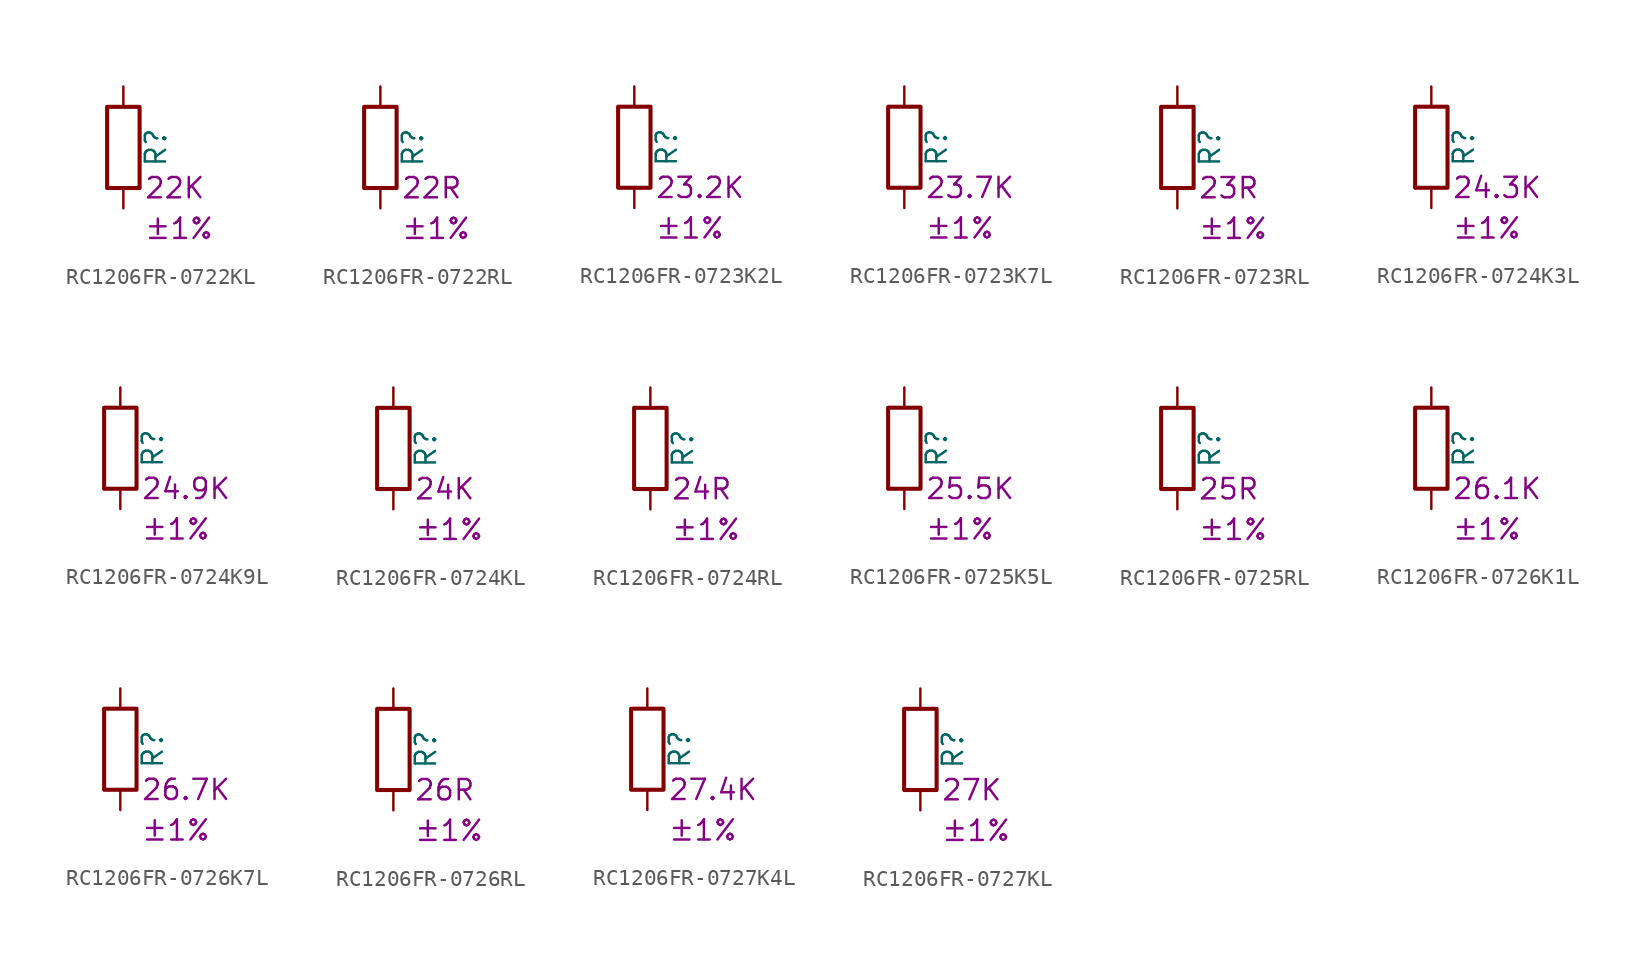
<source format=kicad_sym>
(kicad_symbol_lib
  (version 20220914)
  (generator kicad_symbol_editor)
  (symbol "RC1206FR-0722KL"
    (pin_numbers hide)
    (pin_names
      (offset 0))
    (property "Reference" "R"
      (at 2.032 0 90)
      (effects (font (size 1.27 1.27))))
    (property "Resistance" "22K"
      (at 1.27 -2.54 0)
      (effects (font (size 1.27 1.27)) (justify left)))
    (property "Tolerance" "±1%"
      (at 1.27 -5.08 0)
      (effects (font (size 1.27 1.27)) (justify left)))
    (symbol "RC1206FR-0722KL_0_1"
      (rectangle (start -1.016 -2.54) (end 1.016 2.54) (stroke (width 0.254) (type default)) (fill (type none))))
    (symbol "RC1206FR-0722KL_1_1"
      (pin passive line (at 0 3.81 270) (length 1.27) (name "~" (effects (font (size 1.27 1.27)))) (number "1" (effects (font (size 1.27 1.27)))))
      (pin passive line (at 0 -3.81 90) (length 1.27) (name "~" (effects (font (size 1.27 1.27)))) (number "2" (effects (font (size 1.27 1.27)))))))
  (symbol "RC1206FR-0722RL"
    (pin_numbers hide)
    (pin_names
      (offset 0))
    (property "Reference" "R"
      (at 2.032 0 90)
      (effects (font (size 1.27 1.27))))
    (property "Resistance" "22R"
      (at 1.27 -2.54 0)
      (effects (font (size 1.27 1.27)) (justify left)))
    (property "Tolerance" "±1%"
      (at 1.27 -5.08 0)
      (effects (font (size 1.27 1.27)) (justify left)))
    (symbol "RC1206FR-0722RL_0_1"
      (rectangle (start -1.016 -2.54) (end 1.016 2.54) (stroke (width 0.254) (type default)) (fill (type none))))
    (symbol "RC1206FR-0722RL_1_1"
      (pin passive line (at 0 3.81 270) (length 1.27) (name "~" (effects (font (size 1.27 1.27)))) (number "1" (effects (font (size 1.27 1.27)))))
      (pin passive line (at 0 -3.81 90) (length 1.27) (name "~" (effects (font (size 1.27 1.27)))) (number "2" (effects (font (size 1.27 1.27)))))))
  (symbol "RC1206FR-0723K2L"
    (pin_numbers hide)
    (pin_names
      (offset 0))
    (property "Reference" "R"
      (at 2.032 0 90)
      (effects (font (size 1.27 1.27))))
    (property "Resistance" "23.2K"
      (at 1.27 -2.54 0)
      (effects (font (size 1.27 1.27)) (justify left)))
    (property "Tolerance" "±1%"
      (at 1.27 -5.08 0)
      (effects (font (size 1.27 1.27)) (justify left)))
    (symbol "RC1206FR-0723K2L_0_1"
      (rectangle (start -1.016 -2.54) (end 1.016 2.54) (stroke (width 0.254) (type default)) (fill (type none))))
    (symbol "RC1206FR-0723K2L_1_1"
      (pin passive line (at 0 3.81 270) (length 1.27) (name "~" (effects (font (size 1.27 1.27)))) (number "1" (effects (font (size 1.27 1.27)))))
      (pin passive line (at 0 -3.81 90) (length 1.27) (name "~" (effects (font (size 1.27 1.27)))) (number "2" (effects (font (size 1.27 1.27)))))))
  (symbol "RC1206FR-0723K7L"
    (pin_numbers hide)
    (pin_names
      (offset 0))
    (property "Reference" "R"
      (at 2.032 0 90)
      (effects (font (size 1.27 1.27))))
    (property "Resistance" "23.7K"
      (at 1.27 -2.54 0)
      (effects (font (size 1.27 1.27)) (justify left)))
    (property "Tolerance" "±1%"
      (at 1.27 -5.08 0)
      (effects (font (size 1.27 1.27)) (justify left)))
    (symbol "RC1206FR-0723K7L_0_1"
      (rectangle (start -1.016 -2.54) (end 1.016 2.54) (stroke (width 0.254) (type default)) (fill (type none))))
    (symbol "RC1206FR-0723K7L_1_1"
      (pin passive line (at 0 3.81 270) (length 1.27) (name "~" (effects (font (size 1.27 1.27)))) (number "1" (effects (font (size 1.27 1.27)))))
      (pin passive line (at 0 -3.81 90) (length 1.27) (name "~" (effects (font (size 1.27 1.27)))) (number "2" (effects (font (size 1.27 1.27)))))))
  (symbol "RC1206FR-0723RL"
    (pin_numbers hide)
    (pin_names
      (offset 0))
    (property "Reference" "R"
      (at 2.032 0 90)
      (effects (font (size 1.27 1.27))))
    (property "Resistance" "23R"
      (at 1.27 -2.54 0)
      (effects (font (size 1.27 1.27)) (justify left)))
    (property "Tolerance" "±1%"
      (at 1.27 -5.08 0)
      (effects (font (size 1.27 1.27)) (justify left)))
    (symbol "RC1206FR-0723RL_0_1"
      (rectangle (start -1.016 -2.54) (end 1.016 2.54) (stroke (width 0.254) (type default)) (fill (type none))))
    (symbol "RC1206FR-0723RL_1_1"
      (pin passive line (at 0 3.81 270) (length 1.27) (name "~" (effects (font (size 1.27 1.27)))) (number "1" (effects (font (size 1.27 1.27)))))
      (pin passive line (at 0 -3.81 90) (length 1.27) (name "~" (effects (font (size 1.27 1.27)))) (number "2" (effects (font (size 1.27 1.27)))))))
  (symbol "RC1206FR-0724K3L"
    (pin_numbers hide)
    (pin_names
      (offset 0))
    (property "Reference" "R"
      (at 2.032 0 90)
      (effects (font (size 1.27 1.27))))
    (property "Resistance" "24.3K"
      (at 1.27 -2.54 0)
      (effects (font (size 1.27 1.27)) (justify left)))
    (property "Tolerance" "±1%"
      (at 1.27 -5.08 0)
      (effects (font (size 1.27 1.27)) (justify left)))
    (symbol "RC1206FR-0724K3L_0_1"
      (rectangle (start -1.016 -2.54) (end 1.016 2.54) (stroke (width 0.254) (type default)) (fill (type none))))
    (symbol "RC1206FR-0724K3L_1_1"
      (pin passive line (at 0 3.81 270) (length 1.27) (name "~" (effects (font (size 1.27 1.27)))) (number "1" (effects (font (size 1.27 1.27)))))
      (pin passive line (at 0 -3.81 90) (length 1.27) (name "~" (effects (font (size 1.27 1.27)))) (number "2" (effects (font (size 1.27 1.27)))))))
  (symbol "RC1206FR-0724K9L"
    (pin_numbers hide)
    (pin_names
      (offset 0))
    (property "Reference" "R"
      (at 2.032 0 90)
      (effects (font (size 1.27 1.27))))
    (property "Resistance" "24.9K"
      (at 1.27 -2.54 0)
      (effects (font (size 1.27 1.27)) (justify left)))
    (property "Tolerance" "±1%"
      (at 1.27 -5.08 0)
      (effects (font (size 1.27 1.27)) (justify left)))
    (symbol "RC1206FR-0724K9L_0_1"
      (rectangle (start -1.016 -2.54) (end 1.016 2.54) (stroke (width 0.254) (type default)) (fill (type none))))
    (symbol "RC1206FR-0724K9L_1_1"
      (pin passive line (at 0 3.81 270) (length 1.27) (name "~" (effects (font (size 1.27 1.27)))) (number "1" (effects (font (size 1.27 1.27)))))
      (pin passive line (at 0 -3.81 90) (length 1.27) (name "~" (effects (font (size 1.27 1.27)))) (number "2" (effects (font (size 1.27 1.27)))))))
  (symbol "RC1206FR-0724KL"
    (pin_numbers hide)
    (pin_names
      (offset 0))
    (property "Reference" "R"
      (at 2.032 0 90)
      (effects (font (size 1.27 1.27))))
    (property "Resistance" "24K"
      (at 1.27 -2.54 0)
      (effects (font (size 1.27 1.27)) (justify left)))
    (property "Tolerance" "±1%"
      (at 1.27 -5.08 0)
      (effects (font (size 1.27 1.27)) (justify left)))
    (symbol "RC1206FR-0724KL_0_1"
      (rectangle (start -1.016 -2.54) (end 1.016 2.54) (stroke (width 0.254) (type default)) (fill (type none))))
    (symbol "RC1206FR-0724KL_1_1"
      (pin passive line (at 0 3.81 270) (length 1.27) (name "~" (effects (font (size 1.27 1.27)))) (number "1" (effects (font (size 1.27 1.27)))))
      (pin passive line (at 0 -3.81 90) (length 1.27) (name "~" (effects (font (size 1.27 1.27)))) (number "2" (effects (font (size 1.27 1.27)))))))
  (symbol "RC1206FR-0724RL"
    (pin_numbers hide)
    (pin_names
      (offset 0))
    (property "Reference" "R"
      (at 2.032 0 90)
      (effects (font (size 1.27 1.27))))
    (property "Resistance" "24R"
      (at 1.27 -2.54 0)
      (effects (font (size 1.27 1.27)) (justify left)))
    (property "Tolerance" "±1%"
      (at 1.27 -5.08 0)
      (effects (font (size 1.27 1.27)) (justify left)))
    (symbol "RC1206FR-0724RL_0_1"
      (rectangle (start -1.016 -2.54) (end 1.016 2.54) (stroke (width 0.254) (type default)) (fill (type none))))
    (symbol "RC1206FR-0724RL_1_1"
      (pin passive line (at 0 3.81 270) (length 1.27) (name "~" (effects (font (size 1.27 1.27)))) (number "1" (effects (font (size 1.27 1.27)))))
      (pin passive line (at 0 -3.81 90) (length 1.27) (name "~" (effects (font (size 1.27 1.27)))) (number "2" (effects (font (size 1.27 1.27)))))))
  (symbol "RC1206FR-0725K5L"
    (pin_numbers hide)
    (pin_names
      (offset 0))
    (property "Reference" "R"
      (at 2.032 0 90)
      (effects (font (size 1.27 1.27))))
    (property "Resistance" "25.5K"
      (at 1.27 -2.54 0)
      (effects (font (size 1.27 1.27)) (justify left)))
    (property "Tolerance" "±1%"
      (at 1.27 -5.08 0)
      (effects (font (size 1.27 1.27)) (justify left)))
    (symbol "RC1206FR-0725K5L_0_1"
      (rectangle (start -1.016 -2.54) (end 1.016 2.54) (stroke (width 0.254) (type default)) (fill (type none))))
    (symbol "RC1206FR-0725K5L_1_1"
      (pin passive line (at 0 3.81 270) (length 1.27) (name "~" (effects (font (size 1.27 1.27)))) (number "1" (effects (font (size 1.27 1.27)))))
      (pin passive line (at 0 -3.81 90) (length 1.27) (name "~" (effects (font (size 1.27 1.27)))) (number "2" (effects (font (size 1.27 1.27)))))))
  (symbol "RC1206FR-0725RL"
    (pin_numbers hide)
    (pin_names
      (offset 0))
    (property "Reference" "R"
      (at 2.032 0 90)
      (effects (font (size 1.27 1.27))))
    (property "Resistance" "25R"
      (at 1.27 -2.54 0)
      (effects (font (size 1.27 1.27)) (justify left)))
    (property "Tolerance" "±1%"
      (at 1.27 -5.08 0)
      (effects (font (size 1.27 1.27)) (justify left)))
    (symbol "RC1206FR-0725RL_0_1"
      (rectangle (start -1.016 -2.54) (end 1.016 2.54) (stroke (width 0.254) (type default)) (fill (type none))))
    (symbol "RC1206FR-0725RL_1_1"
      (pin passive line (at 0 3.81 270) (length 1.27) (name "~" (effects (font (size 1.27 1.27)))) (number "1" (effects (font (size 1.27 1.27)))))
      (pin passive line (at 0 -3.81 90) (length 1.27) (name "~" (effects (font (size 1.27 1.27)))) (number "2" (effects (font (size 1.27 1.27)))))))
  (symbol "RC1206FR-0726K1L"
    (pin_numbers hide)
    (pin_names
      (offset 0))
    (property "Reference" "R"
      (at 2.032 0 90)
      (effects (font (size 1.27 1.27))))
    (property "Resistance" "26.1K"
      (at 1.27 -2.54 0)
      (effects (font (size 1.27 1.27)) (justify left)))
    (property "Tolerance" "±1%"
      (at 1.27 -5.08 0)
      (effects (font (size 1.27 1.27)) (justify left)))
    (symbol "RC1206FR-0726K1L_0_1"
      (rectangle (start -1.016 -2.54) (end 1.016 2.54) (stroke (width 0.254) (type default)) (fill (type none))))
    (symbol "RC1206FR-0726K1L_1_1"
      (pin passive line (at 0 3.81 270) (length 1.27) (name "~" (effects (font (size 1.27 1.27)))) (number "1" (effects (font (size 1.27 1.27)))))
      (pin passive line (at 0 -3.81 90) (length 1.27) (name "~" (effects (font (size 1.27 1.27)))) (number "2" (effects (font (size 1.27 1.27)))))))
  (symbol "RC1206FR-0726K7L"
    (pin_numbers hide)
    (pin_names
      (offset 0))
    (property "Reference" "R"
      (at 2.032 0 90)
      (effects (font (size 1.27 1.27))))
    (property "Resistance" "26.7K"
      (at 1.27 -2.54 0)
      (effects (font (size 1.27 1.27)) (justify left)))
    (property "Tolerance" "±1%"
      (at 1.27 -5.08 0)
      (effects (font (size 1.27 1.27)) (justify left)))
    (symbol "RC1206FR-0726K7L_0_1"
      (rectangle (start -1.016 -2.54) (end 1.016 2.54) (stroke (width 0.254) (type default)) (fill (type none))))
    (symbol "RC1206FR-0726K7L_1_1"
      (pin passive line (at 0 3.81 270) (length 1.27) (name "~" (effects (font (size 1.27 1.27)))) (number "1" (effects (font (size 1.27 1.27)))))
      (pin passive line (at 0 -3.81 90) (length 1.27) (name "~" (effects (font (size 1.27 1.27)))) (number "2" (effects (font (size 1.27 1.27)))))))
  (symbol "RC1206FR-0726RL"
    (pin_numbers hide)
    (pin_names
      (offset 0))
    (property "Reference" "R"
      (at 2.032 0 90)
      (effects (font (size 1.27 1.27))))
    (property "Resistance" "26R"
      (at 1.27 -2.54 0)
      (effects (font (size 1.27 1.27)) (justify left)))
    (property "Tolerance" "±1%"
      (at 1.27 -5.08 0)
      (effects (font (size 1.27 1.27)) (justify left)))
    (symbol "RC1206FR-0726RL_0_1"
      (rectangle (start -1.016 -2.54) (end 1.016 2.54) (stroke (width 0.254) (type default)) (fill (type none))))
    (symbol "RC1206FR-0726RL_1_1"
      (pin passive line (at 0 3.81 270) (length 1.27) (name "~" (effects (font (size 1.27 1.27)))) (number "1" (effects (font (size 1.27 1.27)))))
      (pin passive line (at 0 -3.81 90) (length 1.27) (name "~" (effects (font (size 1.27 1.27)))) (number "2" (effects (font (size 1.27 1.27)))))))
  (symbol "RC1206FR-0727K4L"
    (pin_numbers hide)
    (pin_names
      (offset 0))
    (property "Reference" "R"
      (at 2.032 0 90)
      (effects (font (size 1.27 1.27))))
    (property "Resistance" "27.4K"
      (at 1.27 -2.54 0)
      (effects (font (size 1.27 1.27)) (justify left)))
    (property "Tolerance" "±1%"
      (at 1.27 -5.08 0)
      (effects (font (size 1.27 1.27)) (justify left)))
    (symbol "RC1206FR-0727K4L_0_1"
      (rectangle (start -1.016 -2.54) (end 1.016 2.54) (stroke (width 0.254) (type default)) (fill (type none))))
    (symbol "RC1206FR-0727K4L_1_1"
      (pin passive line (at 0 3.81 270) (length 1.27) (name "~" (effects (font (size 1.27 1.27)))) (number "1" (effects (font (size 1.27 1.27)))))
      (pin passive line (at 0 -3.81 90) (length 1.27) (name "~" (effects (font (size 1.27 1.27)))) (number "2" (effects (font (size 1.27 1.27)))))))
  (symbol "RC1206FR-0727KL"
    (pin_numbers hide)
    (pin_names
      (offset 0))
    (property "Reference" "R"
      (at 2.032 0 90)
      (effects (font (size 1.27 1.27))))
    (property "Resistance" "27K"
      (at 1.27 -2.54 0)
      (effects (font (size 1.27 1.27)) (justify left)))
    (property "Tolerance" "±1%"
      (at 1.27 -5.08 0)
      (effects (font (size 1.27 1.27)) (justify left)))
    (symbol "RC1206FR-0727KL_0_1"
      (rectangle (start -1.016 -2.54) (end 1.016 2.54) (stroke (width 0.254) (type default)) (fill (type none))))
    (symbol "RC1206FR-0727KL_1_1"
      (pin passive line (at 0 3.81 270) (length 1.27) (name "~" (effects (font (size 1.27 1.27)))) (number "1" (effects (font (size 1.27 1.27)))))
      (pin passive line (at 0 -3.81 90) (length 1.27) (name "~" (effects (font (size 1.27 1.27)))) (number "2" (effects (font (size 1.27 1.27))))))))
</source>
